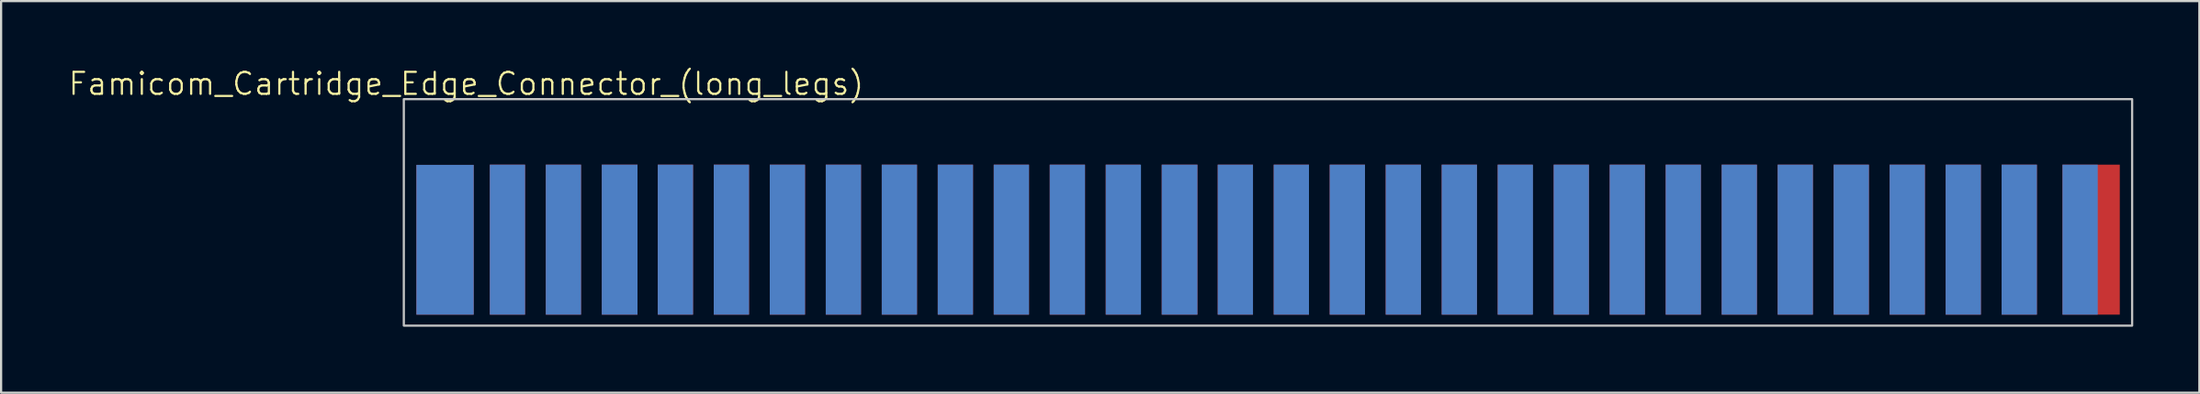
<source format=kicad_pcb>
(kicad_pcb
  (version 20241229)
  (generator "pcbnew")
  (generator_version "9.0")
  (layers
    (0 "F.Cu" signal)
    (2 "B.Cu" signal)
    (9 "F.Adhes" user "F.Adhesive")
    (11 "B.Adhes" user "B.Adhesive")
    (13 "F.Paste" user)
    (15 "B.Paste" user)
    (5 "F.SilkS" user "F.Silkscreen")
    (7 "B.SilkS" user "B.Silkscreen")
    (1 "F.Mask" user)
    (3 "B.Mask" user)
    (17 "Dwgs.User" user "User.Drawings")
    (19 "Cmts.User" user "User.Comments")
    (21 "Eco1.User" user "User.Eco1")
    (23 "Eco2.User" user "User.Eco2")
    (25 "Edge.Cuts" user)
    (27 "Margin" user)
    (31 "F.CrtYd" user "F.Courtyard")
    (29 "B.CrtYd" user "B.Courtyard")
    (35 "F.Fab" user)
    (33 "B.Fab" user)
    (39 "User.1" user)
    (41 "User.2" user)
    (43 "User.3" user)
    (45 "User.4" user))
  (footprint "Famicom_Cartridge_Edge_Connector_(long_legs)"
    (layer "F.Cu")
    (at 15.268 1.458)
    (property "Reference" "Famicom_Cartridge_Edge_Connector_(long_legs)" (at 2.83 -0.698 0) (unlocked yes) (layer "F.SilkS") (effects (font (size 1 1) (thickness 0.1))))
    (attr smd)
    (fp_rect (start 0.01 4) (end 78.4 10.3) (stroke (width 0.1) (type solid)) (fill yes) (layer "F.Mask"))
    (fp_rect (start 0 4) (end 78.4 10.3) (stroke (width 0.1) (type solid)) (fill yes) (layer "B.Mask"))
    (fp_rect (start 0 0) (end 78.4 10.3) (stroke (width 0.1) (type solid)) (fill no) (layer "Dwgs.User"))
    (pad "1" smd rect (at 1.87 6.395) (size 2.6 6.81) (layers "F.Cu"))
    (pad "2" smd rect (at 4.7 6.39) (size 1.6 6.82) (layers "F.Cu"))
    (pad "3" smd rect (at 7.24 6.39) (size 1.6 6.82) (layers "F.Cu"))
    (pad "4" smd rect (at 9.79 6.39) (size 1.62 6.82) (layers "F.Cu"))
    (pad "5" smd rect (at 12.32 6.39) (size 1.6 6.82) (layers "F.Cu"))
    (pad "6" smd rect (at 14.86 6.39) (size 1.6 6.82) (layers "F.Cu"))
    (pad "7" smd rect (at 17.4 6.39) (size 1.6 6.82) (layers "F.Cu"))
    (pad "8" smd rect (at 19.94 6.39) (size 1.6 6.82) (layers "F.Cu"))
    (pad "9" smd rect (at 22.48 6.39) (size 1.6 6.82) (layers "F.Cu"))
    (pad "10" smd rect (at 25.02 6.39) (size 1.6 6.82) (layers "F.Cu"))
    (pad "11" smd rect (at 27.56 6.39) (size 1.6 6.82) (layers "F.Cu"))
    (pad "12" smd rect (at 30.1 6.39) (size 1.6 6.82) (layers "F.Cu"))
    (pad "13" smd rect (at 32.62 6.39) (size 1.56 6.82) (layers "F.Cu"))
    (pad "14" smd rect (at 35.19 6.39) (size 1.62 6.82) (layers "F.Cu"))
    (pad "15" smd rect (at 37.72 6.39) (size 1.6 6.82) (layers "F.Cu"))
    (pad "16" smd rect (at 40.26 6.39) (size 1.6 6.82) (layers "F.Cu"))
    (pad "17" smd rect (at 42.8 6.39) (size 1.6 6.82) (layers "F.Cu"))
    (pad "18" smd rect (at 45.34 6.39) (size 1.6 6.82) (layers "F.Cu"))
    (pad "19" smd rect (at 47.88 6.39) (size 1.6 6.82) (layers "F.Cu"))
    (pad "20" smd rect (at 50.41 6.39) (size 1.58 6.82) (layers "F.Cu"))
    (pad "21" smd rect (at 52.96 6.39) (size 1.6 6.82) (layers "F.Cu"))
    (pad "22" smd rect (at 55.5 6.39) (size 1.6 6.82) (layers "F.Cu"))
    (pad "23" smd rect (at 58.04 6.39) (size 1.6 6.82) (layers "F.Cu"))
    (pad "24" smd rect (at 60.58 6.39) (size 1.6 6.82) (layers "F.Cu"))
    (pad "25" smd rect (at 63.12 6.39) (size 1.6 6.82) (layers "F.Cu"))
    (pad "26" smd rect (at 65.66 6.39) (size 1.6 6.82) (layers "F.Cu"))
    (pad "27" smd rect (at 68.2 6.39) (size 1.6 6.82) (layers "F.Cu"))
    (pad "28" smd rect (at 70.74 6.39) (size 1.6 6.82) (layers "F.Cu"))
    (pad "29" smd rect (at 73.28 6.39) (size 1.6 6.82) (layers "F.Cu"))
    (pad "30" smd rect (at 76.54 6.39) (size 2.6 6.82) (layers "F.Cu"))
    (pad "31" smd rect (at 1.87 6.395) (size 2.6 6.81) (layers "B.Cu"))
    (pad "32" smd rect (at 4.7 6.39) (size 1.6 6.82) (layers "B.Cu"))
    (pad "33" smd rect (at 7.24 6.39) (size 1.6 6.82) (layers "B.Cu"))
    (pad "34" smd rect (at 9.79 6.39) (size 1.62 6.82) (layers "B.Cu"))
    (pad "35" smd rect (at 12.32 6.39) (size 1.6 6.82) (layers "B.Cu"))
    (pad "36" smd rect (at 14.86 6.39) (size 1.6 6.82) (layers "B.Cu"))
    (pad "37" smd rect (at 17.4 6.39) (size 1.6 6.82) (layers "B.Cu"))
    (pad "38" smd rect (at 19.94 6.39) (size 1.6 6.82) (layers "B.Cu"))
    (pad "39" smd rect (at 22.48 6.39) (size 1.6 6.82) (layers "B.Cu"))
    (pad "40" smd rect (at 25.02 6.39) (size 1.6 6.82) (layers "B.Cu"))
    (pad "41" smd rect (at 27.56 6.39) (size 1.6 6.82) (layers "B.Cu"))
    (pad "42" smd rect (at 30.1 6.39) (size 1.6 6.82) (layers "B.Cu"))
    (pad "43" smd rect (at 32.64 6.39) (size 1.6 6.82) (layers "B.Cu"))
    (pad "44" smd rect (at 35.19 6.39) (size 1.62 6.82) (layers "B.Cu"))
    (pad "45" smd rect (at 37.72 6.39) (size 1.6 6.82) (layers "B.Cu"))
    (pad "46" smd rect (at 40.26 6.39) (size 1.6 6.82) (layers "B.Cu"))
    (pad "47" smd rect (at 42.8 6.39) (size 1.6 6.82) (layers "B.Cu"))
    (pad "48" smd rect (at 45.34 6.39) (size 1.6 6.82) (layers "B.Cu"))
    (pad "49" smd rect (at 47.88 6.39) (size 1.6 6.82) (layers "B.Cu"))
    (pad "50" smd rect (at 50.42 6.39) (size 1.6 6.82) (layers "B.Cu"))
    (pad "51" smd rect (at 52.96 6.39) (size 1.6 6.82) (layers "B.Cu"))
    (pad "52" smd rect (at 55.5 6.39) (size 1.6 6.82) (layers "B.Cu"))
    (pad "53" smd rect (at 58.04 6.39) (size 1.6 6.82) (layers "B.Cu"))
    (pad "54" smd rect (at 60.58 6.39) (size 1.6 6.82) (layers "B.Cu"))
    (pad "55" smd rect (at 63.12 6.39) (size 1.6 6.82) (layers "B.Cu"))
    (pad "56" smd rect (at 65.66 6.39) (size 1.6 6.82) (layers "B.Cu"))
    (pad "57" smd rect (at 68.2 6.39) (size 1.6 6.82) (layers "B.Cu"))
    (pad "58" smd rect (at 70.74 6.39) (size 1.6 6.82) (layers "B.Cu"))
    (pad "59" smd rect (at 73.28 6.39) (size 1.6 6.82) (layers "B.Cu"))
    (pad "60" smd rect (at 76.04 6.39) (size 1.6 6.82) (layers "B.Cu")))
  (gr_rect
    (start -3 -3)
    (end 96.718 14.809)
    (stroke (width 0.1) (type default))
    (fill no)
    (layer "Edge.Cuts")))
</source>
